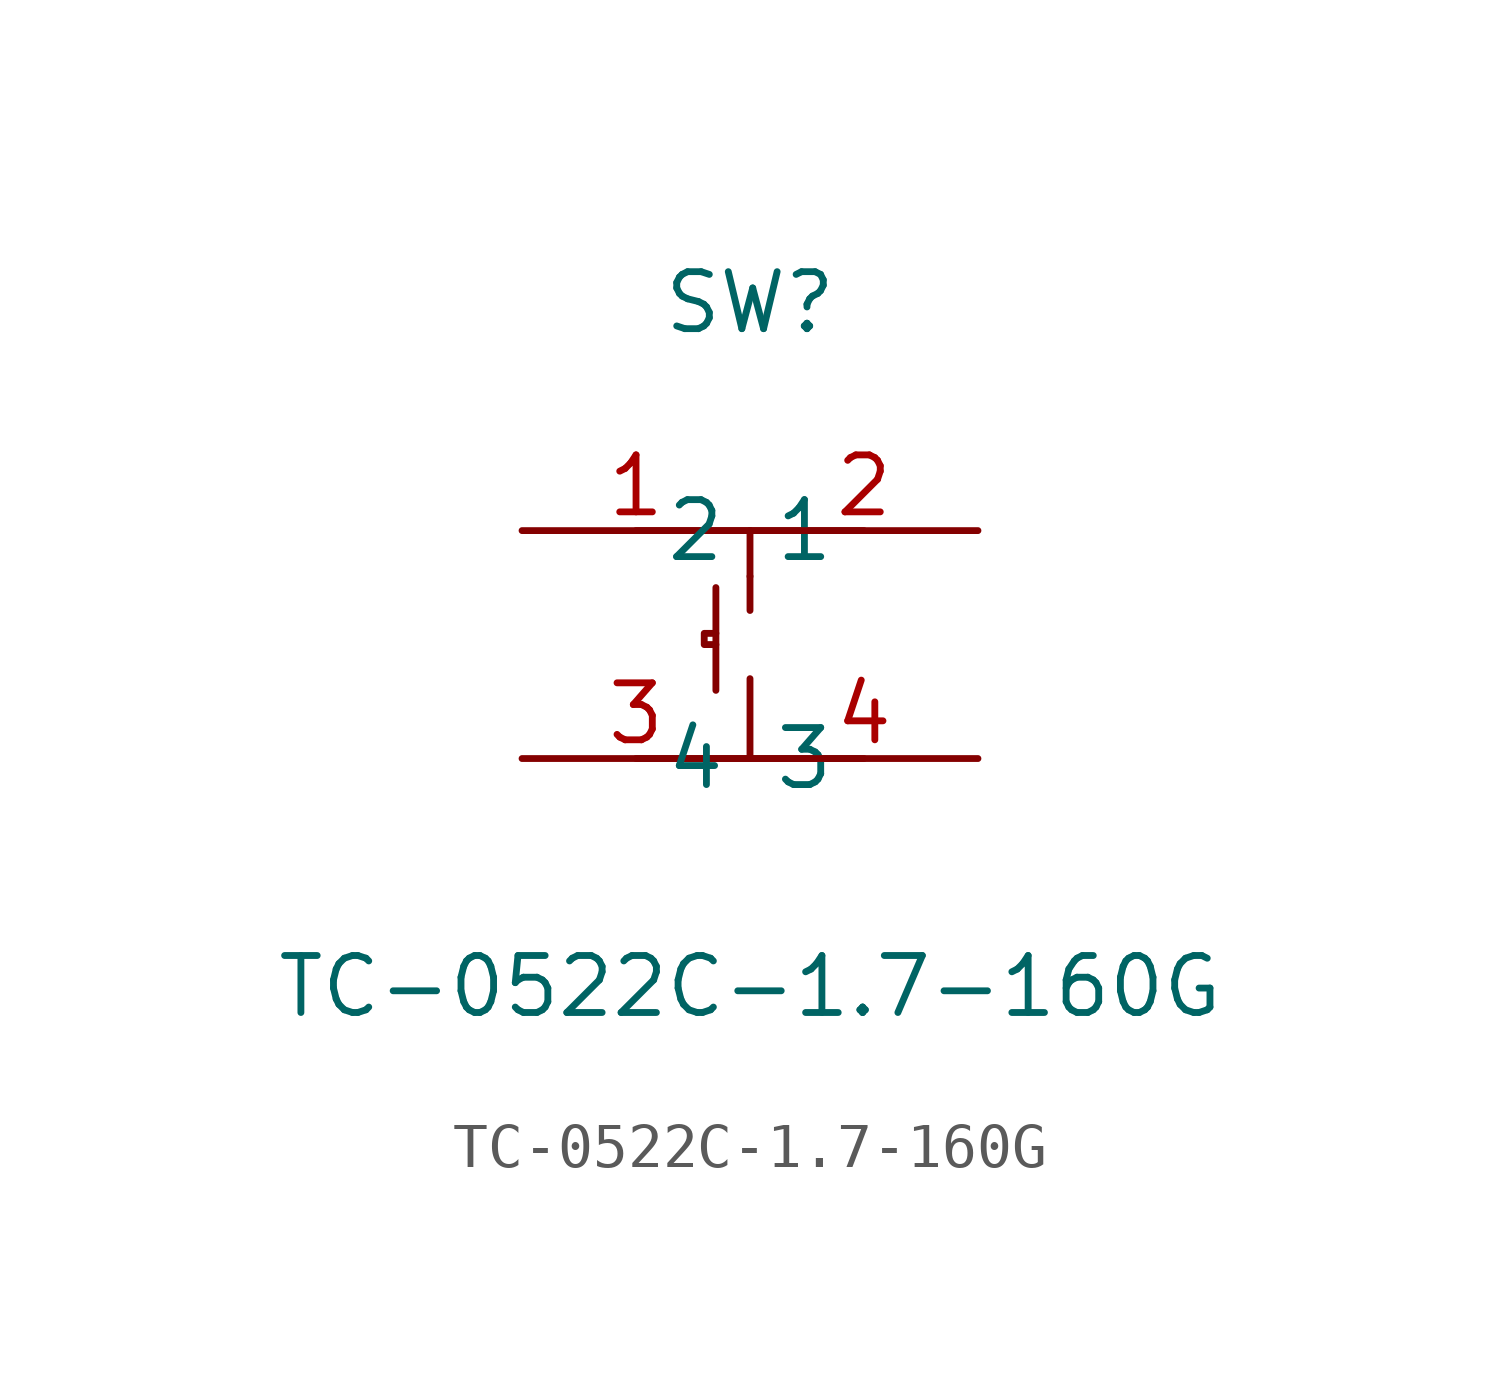
<source format=kicad_sym>
(kicad_symbol_lib
  (version 20211014)
  (generator https://github.com/uPesy/easyeda2kicad.py)
  (symbol "TC-0522C-1.7-160G"
    (property "Reference" "SW"
      (at 0 7.62 0)
      (effects (font (size 1.27 1.27))))
    (property "Value" "TC-0522C-1.7-160G"
      (at 0 -7.62 0)
      (effects (font (size 1.27 1.27))))
    (symbol "TC-0522C-1.7-160G_0_1"
      (polyline (pts (xy -0.76 0.25) (xy -1.02 0.25) (xy -1.02 -0.00) (xy -0.76 -0.00)) (stroke (width 0) (type default) (color 0 0 0 0)) (fill (type none)))
      (polyline (pts (xy -0.76 1.27) (xy -0.76 -1.02)) (stroke (width 0) (type default) (color 0 0 0 0)) (fill (type none)))
      (polyline (pts (xy 0.00 1.52) (xy 0.00 0.76)) (stroke (width 0) (type default) (color 0 0 0 0)) (fill (type none)))
      (polyline (pts (xy 0.00 -2.54) (xy 0.00 -0.76)) (stroke (width 0) (type default) (color 0 0 0 0)) (fill (type none)))
      (polyline (pts (xy 0.00 2.54) (xy 0.00 1.52)) (stroke (width 0) (type default) (color 0 0 0 0)) (fill (type none)))
      (polyline (pts (xy -2.54 -2.54) (xy 2.54 -2.54)) (stroke (width 0) (type default) (color 0 0 0 0)) (fill (type none)))
      (polyline (pts (xy -2.54 2.54) (xy 2.54 2.54)) (stroke (width 0) (type default) (color 0 0 0 0)) (fill (type none)))
      (pin unspecified line (at 5.08 -2.54 180) (length 5.08) (name "4" (effects (font (size 1.27 1.27)))) (number "4" (effects (font (size 1.27 1.27)))))
      (pin unspecified line (at -5.08 -2.54 0) (length 5.08) (name "3" (effects (font (size 1.27 1.27)))) (number "3" (effects (font (size 1.27 1.27)))))
      (pin unspecified line (at 5.08 2.54 180) (length 5.08) (name "2" (effects (font (size 1.27 1.27)))) (number "2" (effects (font (size 1.27 1.27)))))
      (pin unspecified line (at -5.08 2.54 0) (length 5.08) (name "1" (effects (font (size 1.27 1.27)))) (number "1" (effects (font (size 1.27 1.27))))))))
</source>
